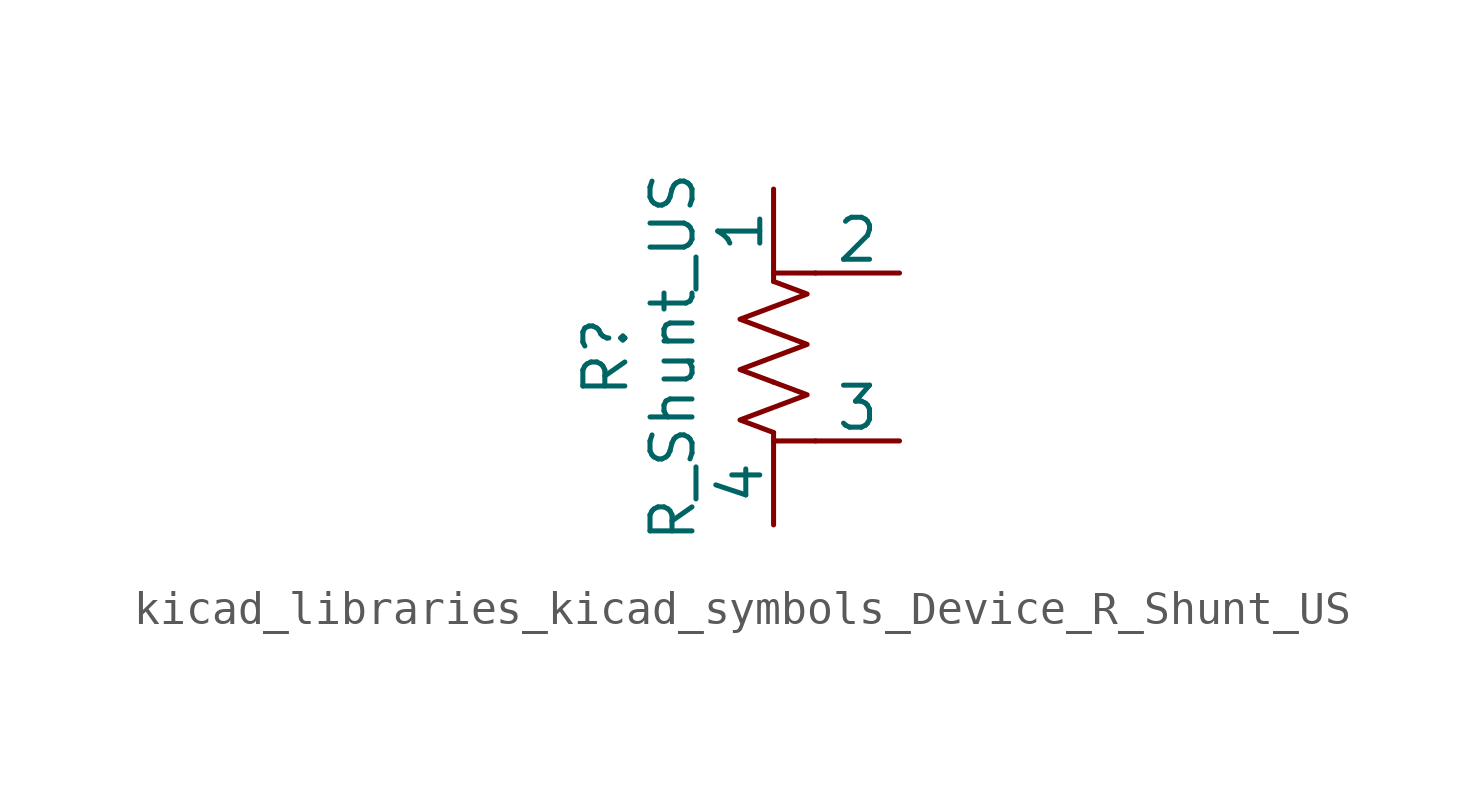
<source format=kicad_sym>
(kicad_symbol_lib
  (version 20220914)
  (generator kicad_symbol_editor)
  (symbol "kicad_libraries_kicad_symbols_Device_R_Shunt_US"
    (pin_numbers hide)
    (pin_names
      (offset 0))
    (property "Reference" "R"
      (at -5.08 0 90)
      (effects (font (size 1.27 1.27))))
    (property "Value" "R_Shunt_US"
      (at -3.048 0 90)
      (effects (font (size 1.27 1.27))))
    (symbol "kicad_libraries_kicad_symbols_Device_R_Shunt_US_1_1"
      (polyline (pts (xy 0 -2.54) (xy 1.27 -2.54)) (stroke (width 0) (type default)) (fill (type none)))
      (polyline (pts (xy 0 -2.286) (xy 0 -2.54)) (stroke (width 0) (type default)) (fill (type none)))
      (polyline (pts (xy 0 2.286) (xy 0 2.54)) (stroke (width 0) (type default)) (fill (type none)))
      (polyline (pts (xy 1.27 2.54) (xy 0 2.54)) (stroke (width 0) (type default)) (fill (type none)))
      (polyline (pts (xy 0 -0.762) (xy 1.016 -1.143) (xy 0 -1.524) (xy -1.016 -1.905) (xy 0 -2.286)) (stroke (width 0) (type default)) (fill (type none)))
      (polyline (pts (xy 0 0.762) (xy 1.016 0.381) (xy 0 0) (xy -1.016 -0.381) (xy 0 -0.762)) (stroke (width 0) (type default)) (fill (type none)))
      (polyline (pts (xy 0 2.286) (xy 1.016 1.905) (xy 0 1.524) (xy -1.016 1.143) (xy 0 0.762)) (stroke (width 0) (type default)) (fill (type none)))
      (pin passive line (at 0 5.08 270) (length 2.54) (name "1" (effects (font (size 1.27 1.27)))) (number "1" (effects (font (size 1.27 1.27)))))
      (pin passive line (at 3.81 2.54 180) (length 2.54) (name "2" (effects (font (size 1.27 1.27)))) (number "2" (effects (font (size 1.27 1.27)))))
      (pin passive line (at 3.81 -2.54 180) (length 2.54) (name "3" (effects (font (size 1.27 1.27)))) (number "3" (effects (font (size 1.27 1.27)))))
      (pin passive line (at 0 -5.08 90) (length 2.54) (name "4" (effects (font (size 1.27 1.27)))) (number "4" (effects (font (size 1.27 1.27))))))))
</source>
